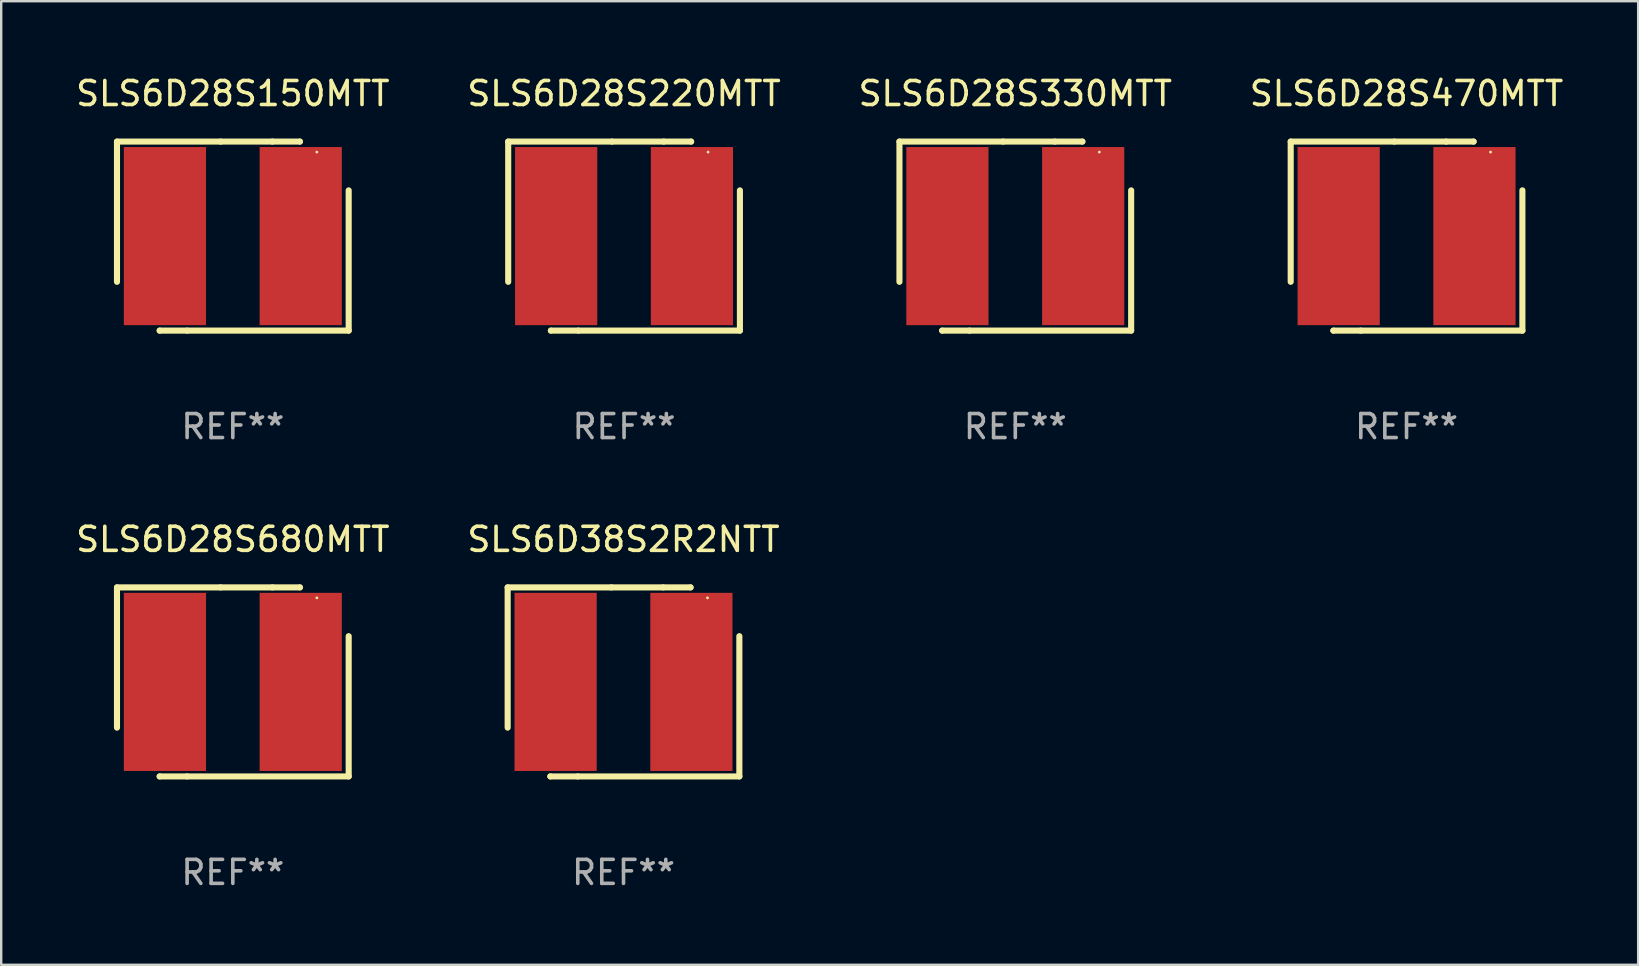
<source format=kicad_pcb>
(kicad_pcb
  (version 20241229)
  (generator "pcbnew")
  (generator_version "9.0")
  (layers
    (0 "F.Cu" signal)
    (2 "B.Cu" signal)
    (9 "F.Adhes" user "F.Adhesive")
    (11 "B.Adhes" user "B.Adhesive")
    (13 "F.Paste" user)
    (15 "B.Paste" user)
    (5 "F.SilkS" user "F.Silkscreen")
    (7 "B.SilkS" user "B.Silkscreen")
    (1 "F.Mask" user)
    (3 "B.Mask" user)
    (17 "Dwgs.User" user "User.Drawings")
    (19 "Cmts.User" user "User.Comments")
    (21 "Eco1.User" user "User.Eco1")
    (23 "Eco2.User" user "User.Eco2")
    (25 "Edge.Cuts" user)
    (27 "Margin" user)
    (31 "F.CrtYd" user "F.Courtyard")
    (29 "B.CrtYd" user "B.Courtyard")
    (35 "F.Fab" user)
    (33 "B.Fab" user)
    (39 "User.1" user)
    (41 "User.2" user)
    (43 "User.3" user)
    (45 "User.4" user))
  (footprint "SLS6D28S470MTT"
    (layer "F.Cu")
    (at 55.542 6.785)
    (property "Reference" "SLS6D28S470MTT" (at 0 -5.937 0) (layer "F.SilkS") (effects (font (size 1 1) (thickness 0.15))))
    (attr through_hole)
    (fp_line (start -4.826 -3.937) (end -0.508 -3.937) (stroke (width 0.254) (type solid)) (layer "F.SilkS"))
    (fp_line (start -4.826 1.905) (end -4.826 -3.937) (stroke (width 0.254) (type solid)) (layer "F.SilkS"))
    (fp_line (start -3.048 3.937) (end -3.048 3.937) (stroke (width 0.254) (type solid)) (layer "F.SilkS"))
    (fp_line (start -1.905 3.937) (end -3.048 3.937) (stroke (width 0.254) (type solid)) (layer "F.SilkS"))
    (fp_line (start -0.508 -3.937) (end 1.651 -3.937) (stroke (width 0.254) (type solid)) (layer "F.SilkS"))
    (fp_line (start 1.651 -3.937) (end 2.794 -3.937) (stroke (width 0.254) (type solid)) (layer "F.SilkS"))
    (fp_line (start 2.794 -3.937) (end 2.794 -3.937) (stroke (width 0.254) (type solid)) (layer "F.SilkS"))
    (fp_line (start 4.826 -1.905) (end 4.826 3.937) (stroke (width 0.254) (type solid)) (layer "F.SilkS"))
    (fp_line (start 4.826 3.937) (end -1.905 3.937) (stroke (width 0.254) (type solid)) (layer "F.SilkS"))
    (fp_circle (center 3.5 -3.5) (end 3.53 -3.5) (stroke (width 0.06) (type solid)) (fill no) (layer "F.SilkS"))
    (fp_text user "REF**" (at 0 7.937 0) (layer "F.Fab") (effects (font (size 1 1) (thickness 0.15))))
    (pad "1" smd rect (at 2.828 0) (size 3.424 7.42) (layers "F.Cu" "F.Mask" "F.Paste"))
    (pad "2" smd rect (at -2.828 0) (size 3.424 7.42) (layers "F.Cu" "F.Mask" "F.Paste")))
  (footprint "SLS6D28S680MTT"
    (layer "F.Cu")
    (at 6.649 25.356)
    (property "Reference" "SLS6D28S680MTT" (at 0 -5.937 0) (layer "F.SilkS") (effects (font (size 1 1) (thickness 0.15))))
    (attr through_hole)
    (fp_line (start -4.826 -3.937) (end -0.508 -3.937) (stroke (width 0.254) (type solid)) (layer "F.SilkS"))
    (fp_line (start -4.826 1.905) (end -4.826 -3.937) (stroke (width 0.254) (type solid)) (layer "F.SilkS"))
    (fp_line (start -3.048 3.937) (end -3.048 3.937) (stroke (width 0.254) (type solid)) (layer "F.SilkS"))
    (fp_line (start -1.905 3.937) (end -3.048 3.937) (stroke (width 0.254) (type solid)) (layer "F.SilkS"))
    (fp_line (start -0.508 -3.937) (end 1.651 -3.937) (stroke (width 0.254) (type solid)) (layer "F.SilkS"))
    (fp_line (start 1.651 -3.937) (end 2.794 -3.937) (stroke (width 0.254) (type solid)) (layer "F.SilkS"))
    (fp_line (start 2.794 -3.937) (end 2.794 -3.937) (stroke (width 0.254) (type solid)) (layer "F.SilkS"))
    (fp_line (start 4.826 -1.905) (end 4.826 3.937) (stroke (width 0.254) (type solid)) (layer "F.SilkS"))
    (fp_line (start 4.826 3.937) (end -1.905 3.937) (stroke (width 0.254) (type solid)) (layer "F.SilkS"))
    (fp_circle (center 3.5 -3.5) (end 3.53 -3.5) (stroke (width 0.06) (type solid)) (fill no) (layer "F.SilkS"))
    (fp_text user "REF**" (at 0 7.937 0) (layer "F.Fab") (effects (font (size 1 1) (thickness 0.15))))
    (pad "1" smd rect (at 2.828 0) (size 3.424 7.42) (layers "F.Cu" "F.Mask" "F.Paste"))
    (pad "2" smd rect (at -2.828 0) (size 3.424 7.42) (layers "F.Cu" "F.Mask" "F.Paste")))
  (footprint "SLS6D28S330MTT"
    (layer "F.Cu")
    (at 39.244 6.785)
    (property "Reference" "SLS6D28S330MTT" (at 0 -5.937 0) (layer "F.SilkS") (effects (font (size 1 1) (thickness 0.15))))
    (attr through_hole)
    (fp_line (start -4.826 -3.937) (end -0.508 -3.937) (stroke (width 0.254) (type solid)) (layer "F.SilkS"))
    (fp_line (start -4.826 1.905) (end -4.826 -3.937) (stroke (width 0.254) (type solid)) (layer "F.SilkS"))
    (fp_line (start -3.048 3.937) (end -3.048 3.937) (stroke (width 0.254) (type solid)) (layer "F.SilkS"))
    (fp_line (start -1.905 3.937) (end -3.048 3.937) (stroke (width 0.254) (type solid)) (layer "F.SilkS"))
    (fp_line (start -0.508 -3.937) (end 1.651 -3.937) (stroke (width 0.254) (type solid)) (layer "F.SilkS"))
    (fp_line (start 1.651 -3.937) (end 2.794 -3.937) (stroke (width 0.254) (type solid)) (layer "F.SilkS"))
    (fp_line (start 2.794 -3.937) (end 2.794 -3.937) (stroke (width 0.254) (type solid)) (layer "F.SilkS"))
    (fp_line (start 4.826 -1.905) (end 4.826 3.937) (stroke (width 0.254) (type solid)) (layer "F.SilkS"))
    (fp_line (start 4.826 3.937) (end -1.905 3.937) (stroke (width 0.254) (type solid)) (layer "F.SilkS"))
    (fp_circle (center 3.5 -3.5) (end 3.53 -3.5) (stroke (width 0.06) (type solid)) (fill no) (layer "F.SilkS"))
    (fp_text user "REF**" (at 0 7.937 0) (layer "F.Fab") (effects (font (size 1 1) (thickness 0.15))))
    (pad "1" smd rect (at 2.828 0) (size 3.424 7.42) (layers "F.Cu" "F.Mask" "F.Paste"))
    (pad "2" smd rect (at -2.828 0) (size 3.424 7.42) (layers "F.Cu" "F.Mask" "F.Paste")))
  (footprint "SLS6D38S2R2NTT"
    (layer "F.Cu")
    (at 22.923 25.356)
    (property "Reference" "SLS6D38S2R2NTT" (at 0 -5.937 0) (layer "F.SilkS") (effects (font (size 1 1) (thickness 0.15))))
    (attr through_hole)
    (fp_line (start -4.826 -3.937) (end -0.508 -3.937) (stroke (width 0.254) (type solid)) (layer "F.SilkS"))
    (fp_line (start -4.826 1.905) (end -4.826 -3.937) (stroke (width 0.254) (type solid)) (layer "F.SilkS"))
    (fp_line (start -3.048 3.937) (end -3.048 3.937) (stroke (width 0.254) (type solid)) (layer "F.SilkS"))
    (fp_line (start -1.905 3.937) (end -3.048 3.937) (stroke (width 0.254) (type solid)) (layer "F.SilkS"))
    (fp_line (start -0.508 -3.937) (end 1.651 -3.937) (stroke (width 0.254) (type solid)) (layer "F.SilkS"))
    (fp_line (start 1.651 -3.937) (end 2.794 -3.937) (stroke (width 0.254) (type solid)) (layer "F.SilkS"))
    (fp_line (start 2.794 -3.937) (end 2.794 -3.937) (stroke (width 0.254) (type solid)) (layer "F.SilkS"))
    (fp_line (start 4.826 -1.905) (end 4.826 3.937) (stroke (width 0.254) (type solid)) (layer "F.SilkS"))
    (fp_line (start 4.826 3.937) (end -1.905 3.937) (stroke (width 0.254) (type solid)) (layer "F.SilkS"))
    (fp_circle (center 3.5 -3.5) (end 3.53 -3.5) (stroke (width 0.06) (type solid)) (fill no) (layer "F.SilkS"))
    (fp_text user "REF**" (at 0 7.937 0) (layer "F.Fab") (effects (font (size 1 1) (thickness 0.15))))
    (pad "1" smd rect (at 2.828 0) (size 3.424 7.42) (layers "F.Cu" "F.Mask" "F.Paste"))
    (pad "2" smd rect (at -2.828 0) (size 3.424 7.42) (layers "F.Cu" "F.Mask" "F.Paste")))
  (footprint "SLS6D28S150MTT"
    (layer "F.Cu")
    (at 6.649 6.785)
    (property "Reference" "SLS6D28S150MTT" (at 0 -5.937 0) (layer "F.SilkS") (effects (font (size 1 1) (thickness 0.15))))
    (attr through_hole)
    (fp_line (start -4.826 -3.937) (end -0.508 -3.937) (stroke (width 0.254) (type solid)) (layer "F.SilkS"))
    (fp_line (start -4.826 1.905) (end -4.826 -3.937) (stroke (width 0.254) (type solid)) (layer "F.SilkS"))
    (fp_line (start -3.048 3.937) (end -3.048 3.937) (stroke (width 0.254) (type solid)) (layer "F.SilkS"))
    (fp_line (start -1.905 3.937) (end -3.048 3.937) (stroke (width 0.254) (type solid)) (layer "F.SilkS"))
    (fp_line (start -0.508 -3.937) (end 1.651 -3.937) (stroke (width 0.254) (type solid)) (layer "F.SilkS"))
    (fp_line (start 1.651 -3.937) (end 2.794 -3.937) (stroke (width 0.254) (type solid)) (layer "F.SilkS"))
    (fp_line (start 2.794 -3.937) (end 2.794 -3.937) (stroke (width 0.254) (type solid)) (layer "F.SilkS"))
    (fp_line (start 4.826 -1.905) (end 4.826 3.937) (stroke (width 0.254) (type solid)) (layer "F.SilkS"))
    (fp_line (start 4.826 3.937) (end -1.905 3.937) (stroke (width 0.254) (type solid)) (layer "F.SilkS"))
    (fp_circle (center 3.5 -3.5) (end 3.53 -3.5) (stroke (width 0.06) (type solid)) (fill no) (layer "F.SilkS"))
    (fp_text user "REF**" (at 0 7.937 0) (layer "F.Fab") (effects (font (size 1 1) (thickness 0.15))))
    (pad "1" smd rect (at 2.828 0) (size 3.424 7.42) (layers "F.Cu" "F.Mask" "F.Paste"))
    (pad "2" smd rect (at -2.828 0) (size 3.424 7.42) (layers "F.Cu" "F.Mask" "F.Paste")))
  (footprint "SLS6D28S220MTT"
    (layer "F.Cu")
    (at 22.946 6.785)
    (property "Reference" "SLS6D28S220MTT" (at 0 -5.937 0) (layer "F.SilkS") (effects (font (size 1 1) (thickness 0.15))))
    (attr through_hole)
    (fp_line (start -4.826 -3.937) (end -0.508 -3.937) (stroke (width 0.254) (type solid)) (layer "F.SilkS"))
    (fp_line (start -4.826 1.905) (end -4.826 -3.937) (stroke (width 0.254) (type solid)) (layer "F.SilkS"))
    (fp_line (start -3.048 3.937) (end -3.048 3.937) (stroke (width 0.254) (type solid)) (layer "F.SilkS"))
    (fp_line (start -1.905 3.937) (end -3.048 3.937) (stroke (width 0.254) (type solid)) (layer "F.SilkS"))
    (fp_line (start -0.508 -3.937) (end 1.651 -3.937) (stroke (width 0.254) (type solid)) (layer "F.SilkS"))
    (fp_line (start 1.651 -3.937) (end 2.794 -3.937) (stroke (width 0.254) (type solid)) (layer "F.SilkS"))
    (fp_line (start 2.794 -3.937) (end 2.794 -3.937) (stroke (width 0.254) (type solid)) (layer "F.SilkS"))
    (fp_line (start 4.826 -1.905) (end 4.826 3.937) (stroke (width 0.254) (type solid)) (layer "F.SilkS"))
    (fp_line (start 4.826 3.937) (end -1.905 3.937) (stroke (width 0.254) (type solid)) (layer "F.SilkS"))
    (fp_circle (center 3.5 -3.5) (end 3.53 -3.5) (stroke (width 0.06) (type solid)) (fill no) (layer "F.SilkS"))
    (fp_text user "REF**" (at 0 7.937 0) (layer "F.Fab") (effects (font (size 1 1) (thickness 0.15))))
    (pad "1" smd rect (at 2.828 0) (size 3.424 7.42) (layers "F.Cu" "F.Mask" "F.Paste"))
    (pad "2" smd rect (at -2.828 0) (size 3.424 7.42) (layers "F.Cu" "F.Mask" "F.Paste")))
  (gr_rect
    (start -3 -3)
    (end 65.19 37.141)
    (stroke (width 0.1) (type default))
    (fill no)
    (layer "Edge.Cuts")))
</source>
